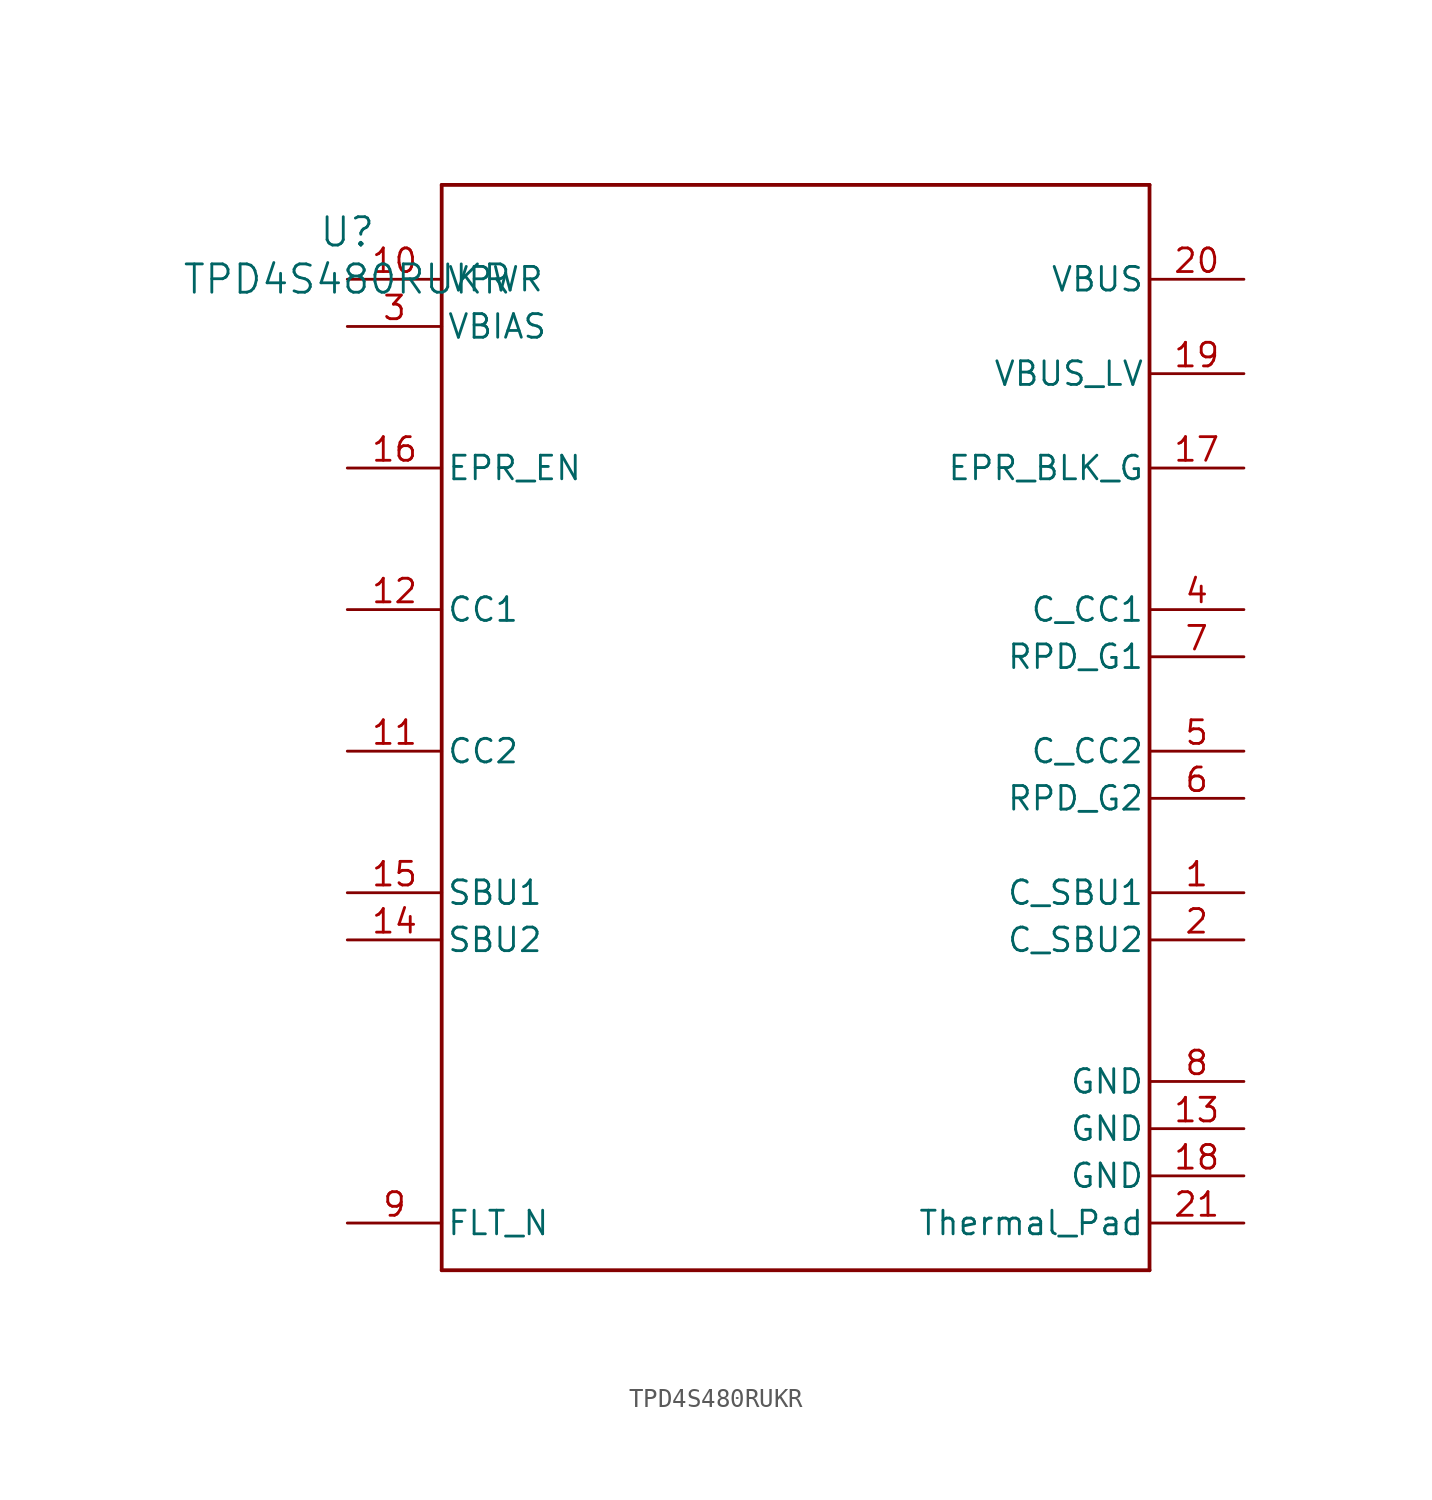
<source format=kicad_sym>
(kicad_symbol_lib
  (version 20211014)
  (generator kicad_symbol_editor)
  (symbol "TPD4S480RUKR"
    (pin_names
      (offset 0.254))
    (property "Reference" "U"
      (at 0 2.54 0)
      (effects (font (size 1.524 1.524))))
    (property "Value" "TPD4S480RUKR"
      (at 0 0 0)
      (effects (font (size 1.524 1.524))))
    (symbol "TPD4S480RUKR_0_1"
      (polyline (pts (xy 5.08 -53.34) (xy 43.18 -53.34)) (stroke (width 0.203) (type default) (color 0 0 0 0)) (fill (type none)))
      (polyline (pts (xy 43.18 -53.34) (xy 43.18 5.08)) (stroke (width 0.203) (type default) (color 0 0 0 0)) (fill (type none)))
      (polyline (pts (xy 43.18 5.08) (xy 5.08 5.08)) (stroke (width 0.203) (type default) (color 0 0 0 0)) (fill (type none)))
      (polyline (pts (xy 5.08 5.08) (xy 5.08 -53.34)) (stroke (width 0.203) (type default) (color 0 0 0 0)) (fill (type none)))
      (pin bidirectional line (at 48.26 -33.02 180) (length 5.08) (name "C_SBU1" (effects (font (size 1.27 1.27)))) (number "1" (effects (font (size 1.27 1.27)))))
      (pin bidirectional line (at 48.26 -35.56 180) (length 5.08) (name "C_SBU2" (effects (font (size 1.27 1.27)))) (number "2" (effects (font (size 1.27 1.27)))))
      (pin power_in line (at 0 -2.54 0) (length 5.08) (name "VBIAS" (effects (font (size 1.27 1.27)))) (number "3" (effects (font (size 1.27 1.27)))))
      (pin bidirectional line (at 48.26 -17.78 180) (length 5.08) (name "C_CC1" (effects (font (size 1.27 1.27)))) (number "4" (effects (font (size 1.27 1.27)))))
      (pin bidirectional line (at 48.26 -25.4 180) (length 5.08) (name "C_CC2" (effects (font (size 1.27 1.27)))) (number "5" (effects (font (size 1.27 1.27)))))
      (pin bidirectional line (at 48.26 -27.94 180) (length 5.08) (name "RPD_G2" (effects (font (size 1.27 1.27)))) (number "6" (effects (font (size 1.27 1.27)))))
      (pin bidirectional line (at 48.26 -20.32 180) (length 5.08) (name "RPD_G1" (effects (font (size 1.27 1.27)))) (number "7" (effects (font (size 1.27 1.27)))))
      (pin power_in line (at 48.26 -43.18 180) (length 5.08) (name "GND" (effects (font (size 1.27 1.27)))) (number "8" (effects (font (size 1.27 1.27)))))
      (pin open_collector line (at 0 -50.8 0) (length 5.08) (name "FLT_N" (effects (font (size 1.27 1.27)))) (number "9" (effects (font (size 1.27 1.27)))))
      (pin power_in line (at 0 0 0) (length 5.08) (name "VPWR" (effects (font (size 1.27 1.27)))) (number "10" (effects (font (size 1.27 1.27)))))
      (pin bidirectional line (at 0 -25.4 0) (length 5.08) (name "CC2" (effects (font (size 1.27 1.27)))) (number "11" (effects (font (size 1.27 1.27)))))
      (pin bidirectional line (at 0 -17.78 0) (length 5.08) (name "CC1" (effects (font (size 1.27 1.27)))) (number "12" (effects (font (size 1.27 1.27)))))
      (pin power_in line (at 48.26 -45.72 180) (length 5.08) (name "GND" (effects (font (size 1.27 1.27)))) (number "13" (effects (font (size 1.27 1.27)))))
      (pin bidirectional line (at 0 -35.56 0) (length 5.08) (name "SBU2" (effects (font (size 1.27 1.27)))) (number "14" (effects (font (size 1.27 1.27)))))
      (pin bidirectional line (at 0 -33.02 0) (length 5.08) (name "SBU1" (effects (font (size 1.27 1.27)))) (number "15" (effects (font (size 1.27 1.27)))))
      (pin input line (at 0 -10.16 0) (length 5.08) (name "EPR_EN" (effects (font (size 1.27 1.27)))) (number "16" (effects (font (size 1.27 1.27)))))
      (pin unspecified line (at 48.26 -10.16 180) (length 5.08) (name "EPR_BLK_G" (effects (font (size 1.27 1.27)))) (number "17" (effects (font (size 1.27 1.27)))))
      (pin power_in line (at 48.26 -48.26 180) (length 5.08) (name "GND" (effects (font (size 1.27 1.27)))) (number "18" (effects (font (size 1.27 1.27)))))
      (pin unspecified line (at 48.26 -5.08 180) (length 5.08) (name "VBUS_LV" (effects (font (size 1.27 1.27)))) (number "19" (effects (font (size 1.27 1.27)))))
      (pin unspecified line (at 48.26 0 180) (length 5.08) (name "VBUS" (effects (font (size 1.27 1.27)))) (number "20" (effects (font (size 1.27 1.27)))))
      (pin unspecified line (at 48.26 -50.8 180) (length 5.08) (name "Thermal_Pad" (effects (font (size 1.27 1.27)))) (number "21" (effects (font (size 1.27 1.27))))))))
</source>
